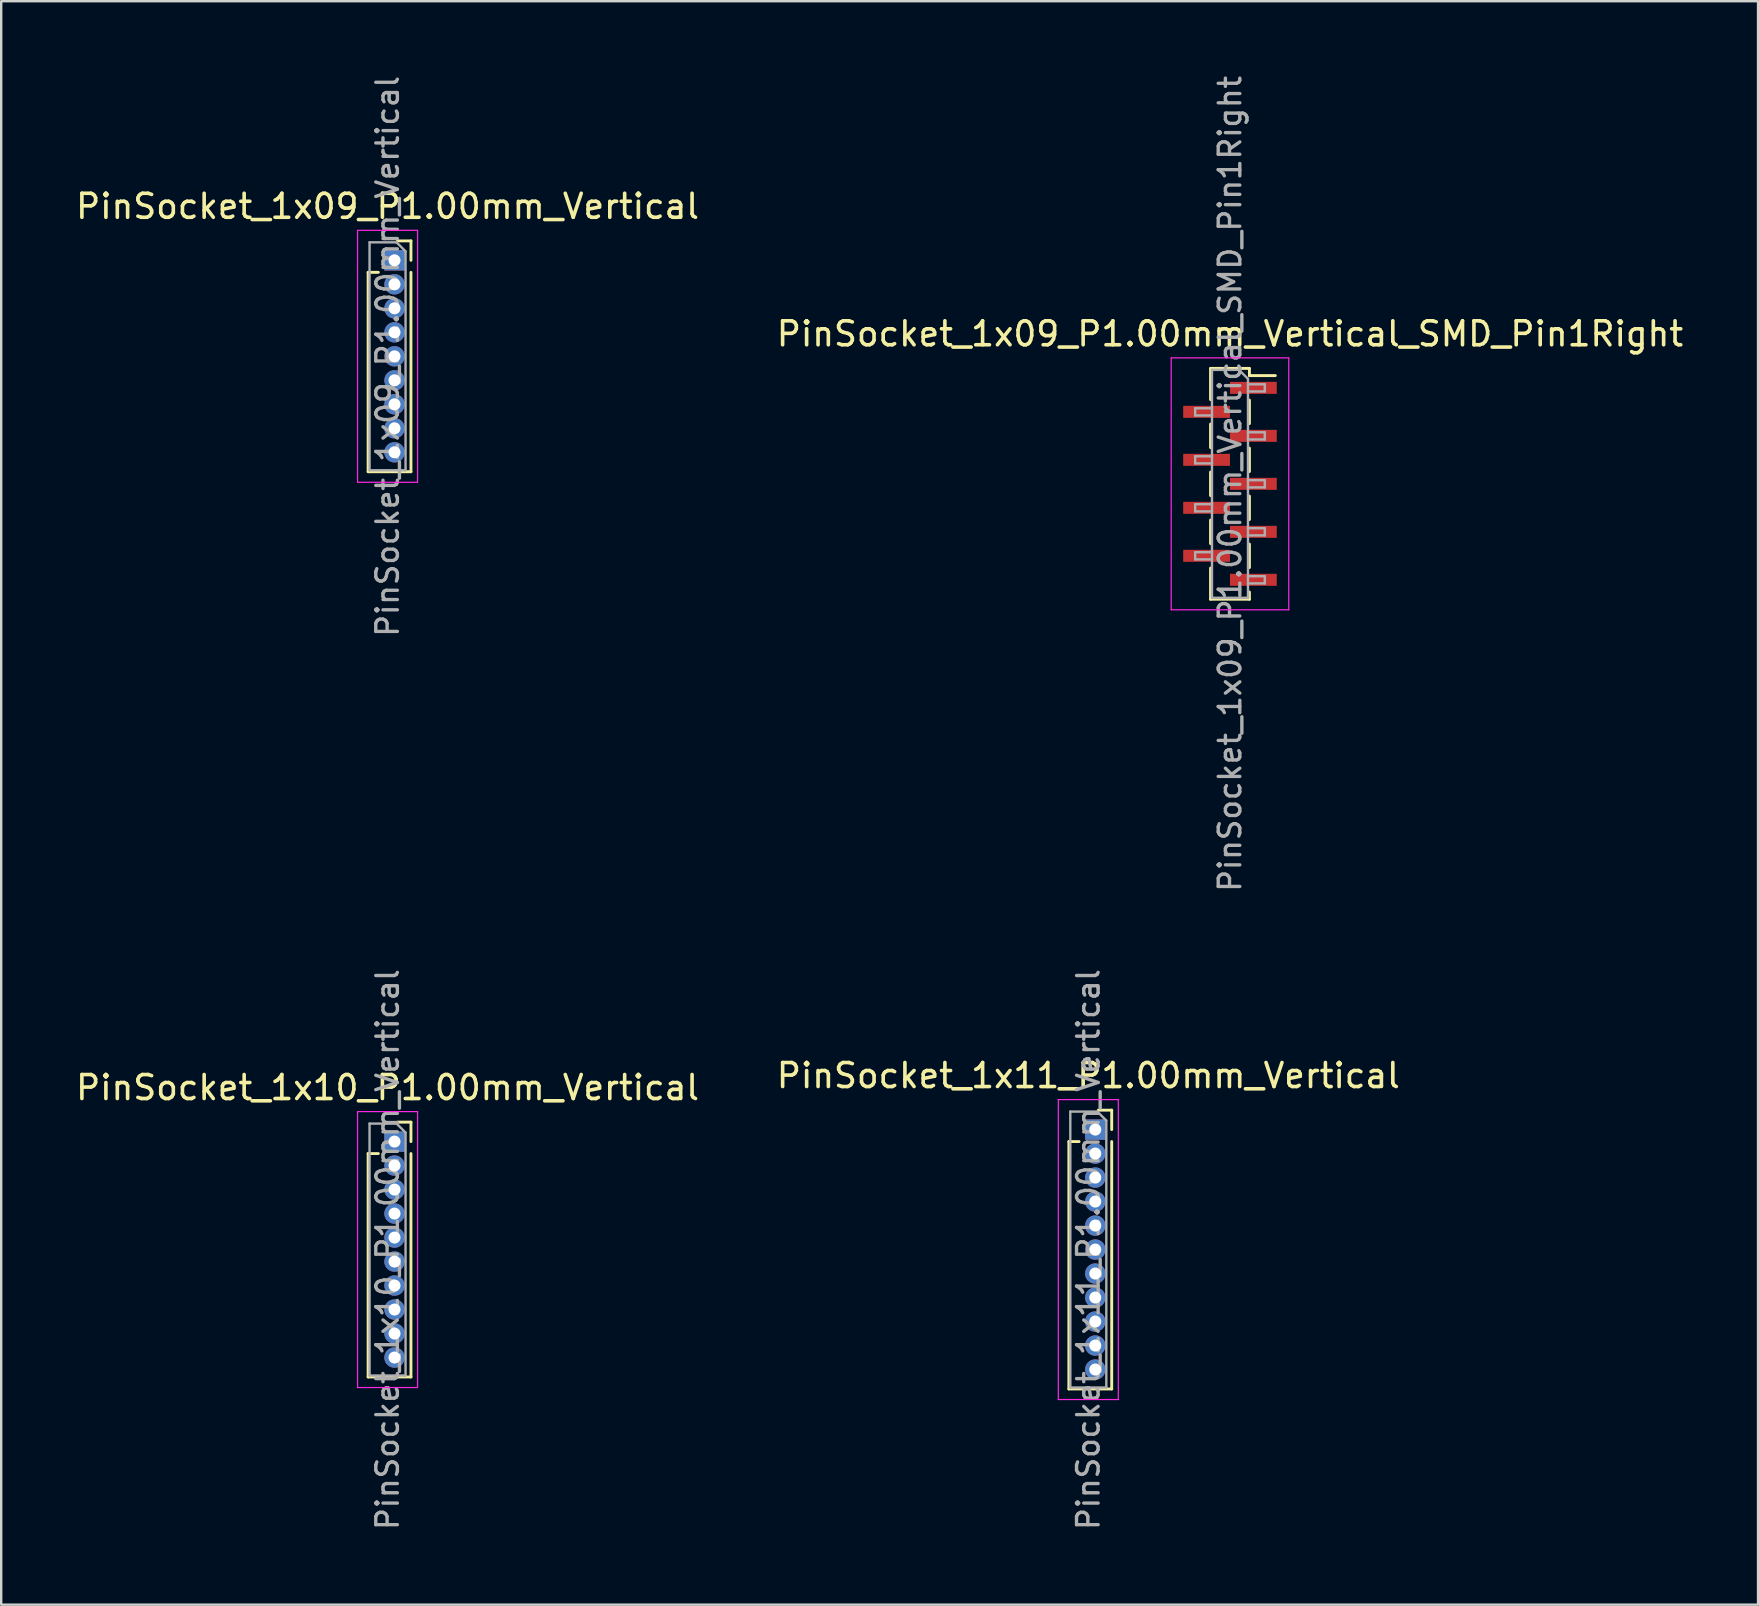
<source format=kicad_pcb>
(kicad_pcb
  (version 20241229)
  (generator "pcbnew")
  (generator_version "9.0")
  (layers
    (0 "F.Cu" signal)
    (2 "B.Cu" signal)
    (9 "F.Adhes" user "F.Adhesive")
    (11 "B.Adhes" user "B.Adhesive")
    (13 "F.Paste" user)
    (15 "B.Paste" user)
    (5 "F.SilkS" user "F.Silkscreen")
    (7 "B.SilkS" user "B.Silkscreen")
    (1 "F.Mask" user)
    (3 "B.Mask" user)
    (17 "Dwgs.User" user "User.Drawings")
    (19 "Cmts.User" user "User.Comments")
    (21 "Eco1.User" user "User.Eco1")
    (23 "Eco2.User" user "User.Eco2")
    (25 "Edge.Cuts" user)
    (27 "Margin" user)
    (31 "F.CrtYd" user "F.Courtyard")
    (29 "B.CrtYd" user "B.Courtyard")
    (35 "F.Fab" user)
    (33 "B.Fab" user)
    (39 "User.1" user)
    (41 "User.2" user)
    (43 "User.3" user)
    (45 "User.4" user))
  (footprint "PinSocket_1x10_P1.00mm_Vertical"
    (layer "F.Cu")
    (at 13.391 44.524)
    (property "Reference" "PinSocket_1x10_P1.00mm_Vertical" (at -0.29 -2.25 0) (layer "F.SilkS") (effects (font (size 1 1) (thickness 0.15))))
    (attr through_hole)
    (fp_line (start -1.1 0.5) (end -1.1 9.81) (stroke (width 0.12) (type solid)) (layer "F.SilkS"))
    (fp_line (start -1.1 0.5) (end -0.674 0.5) (stroke (width 0.12) (type solid)) (layer "F.SilkS"))
    (fp_line (start -1.1 9.81) (end 0.685 9.81) (stroke (width 0.12) (type solid)) (layer "F.SilkS"))
    (fp_line (start 0.125 -0.81) (end 0.685 -0.81) (stroke (width 0.12) (type solid)) (layer "F.SilkS"))
    (fp_line (start 0.685 -0.81) (end 0.685 0) (stroke (width 0.12) (type solid)) (layer "F.SilkS"))
    (fp_line (start 0.685 0.5) (end 0.685 9.81) (stroke (width 0.12) (type solid)) (layer "F.SilkS"))
    (fp_line (start -1.54 -1.25) (end 0.96 -1.25) (stroke (width 0.05) (type solid)) (layer "F.CrtYd"))
    (fp_line (start -1.54 10.25) (end -1.54 -1.25) (stroke (width 0.05) (type solid)) (layer "F.CrtYd"))
    (fp_line (start 0.96 -1.25) (end 0.96 10.25) (stroke (width 0.05) (type solid)) (layer "F.CrtYd"))
    (fp_line (start 0.96 10.25) (end -1.54 10.25) (stroke (width 0.05) (type solid)) (layer "F.CrtYd"))
    (fp_line (start -1.04 -0.75) (end 0.085 -0.75) (stroke (width 0.1) (type solid)) (layer "F.Fab"))
    (fp_line (start -1.04 9.75) (end -1.04 -0.75) (stroke (width 0.1) (type solid)) (layer "F.Fab"))
    (fp_line (start 0.085 -0.75) (end 0.46 -0.375) (stroke (width 0.1) (type solid)) (layer "F.Fab"))
    (fp_line (start 0.46 -0.375) (end 0.46 9.75) (stroke (width 0.1) (type solid)) (layer "F.Fab"))
    (fp_line (start 0.46 9.75) (end -1.04 9.75) (stroke (width 0.1) (type solid)) (layer "F.Fab"))
    (fp_text user "${REFERENCE}" (at -0.29 4.5 90) (layer "F.Fab") (effects (font (size 0.9 0.9) (thickness 0.14))))
    (pad "1" thru_hole rect (at 0 0) (size 0.85 0.85) (drill 0.5) (layers "*.Cu" "*.Mask"))
    (pad "2" thru_hole oval (at 0 1) (size 0.85 0.85) (drill 0.5) (layers "*.Cu" "*.Mask"))
    (pad "3" thru_hole oval (at 0 2) (size 0.85 0.85) (drill 0.5) (layers "*.Cu" "*.Mask"))
    (pad "4" thru_hole oval (at 0 3) (size 0.85 0.85) (drill 0.5) (layers "*.Cu" "*.Mask"))
    (pad "5" thru_hole oval (at 0 4) (size 0.85 0.85) (drill 0.5) (layers "*.Cu" "*.Mask"))
    (pad "6" thru_hole oval (at 0 5) (size 0.85 0.85) (drill 0.5) (layers "*.Cu" "*.Mask"))
    (pad "7" thru_hole oval (at 0 6) (size 0.85 0.85) (drill 0.5) (layers "*.Cu" "*.Mask"))
    (pad "8" thru_hole oval (at 0 7) (size 0.85 0.85) (drill 0.5) (layers "*.Cu" "*.Mask"))
    (pad "9" thru_hole oval (at 0 8) (size 0.85 0.85) (drill 0.5) (layers "*.Cu" "*.Mask"))
    (pad "10" thru_hole oval (at 0 9) (size 0.85 0.85) (drill 0.5) (layers "*.Cu" "*.Mask")))
  (footprint "PinSocket_1x09_P1.00mm_Vertical"
    (layer "F.Cu")
    (at 13.391 7.799)
    (property "Reference" "PinSocket_1x09_P1.00mm_Vertical" (at -0.29 -2.25 0) (layer "F.SilkS") (effects (font (size 1 1) (thickness 0.15))))
    (attr through_hole)
    (fp_line (start -1.1 0.5) (end -1.1 8.81) (stroke (width 0.12) (type solid)) (layer "F.SilkS"))
    (fp_line (start -1.1 0.5) (end -0.674 0.5) (stroke (width 0.12) (type solid)) (layer "F.SilkS"))
    (fp_line (start -1.1 8.81) (end 0.685 8.81) (stroke (width 0.12) (type solid)) (layer "F.SilkS"))
    (fp_line (start 0.125 -0.81) (end 0.685 -0.81) (stroke (width 0.12) (type solid)) (layer "F.SilkS"))
    (fp_line (start 0.685 -0.81) (end 0.685 0) (stroke (width 0.12) (type solid)) (layer "F.SilkS"))
    (fp_line (start 0.685 0.5) (end 0.685 8.81) (stroke (width 0.12) (type solid)) (layer "F.SilkS"))
    (fp_line (start -1.54 -1.25) (end 0.96 -1.25) (stroke (width 0.05) (type solid)) (layer "F.CrtYd"))
    (fp_line (start -1.54 9.25) (end -1.54 -1.25) (stroke (width 0.05) (type solid)) (layer "F.CrtYd"))
    (fp_line (start 0.96 -1.25) (end 0.96 9.25) (stroke (width 0.05) (type solid)) (layer "F.CrtYd"))
    (fp_line (start 0.96 9.25) (end -1.54 9.25) (stroke (width 0.05) (type solid)) (layer "F.CrtYd"))
    (fp_line (start -1.04 -0.75) (end 0.085 -0.75) (stroke (width 0.1) (type solid)) (layer "F.Fab"))
    (fp_line (start -1.04 8.75) (end -1.04 -0.75) (stroke (width 0.1) (type solid)) (layer "F.Fab"))
    (fp_line (start 0.085 -0.75) (end 0.46 -0.375) (stroke (width 0.1) (type solid)) (layer "F.Fab"))
    (fp_line (start 0.46 -0.375) (end 0.46 8.75) (stroke (width 0.1) (type solid)) (layer "F.Fab"))
    (fp_line (start 0.46 8.75) (end -1.04 8.75) (stroke (width 0.1) (type solid)) (layer "F.Fab"))
    (fp_text user "${REFERENCE}" (at -0.29 4 90) (layer "F.Fab") (effects (font (size 0.9 0.9) (thickness 0.14))))
    (pad "1" thru_hole rect (at 0 0) (size 0.85 0.85) (drill 0.5) (layers "*.Cu" "*.Mask"))
    (pad "2" thru_hole oval (at 0 1) (size 0.85 0.85) (drill 0.5) (layers "*.Cu" "*.Mask"))
    (pad "3" thru_hole oval (at 0 2) (size 0.85 0.85) (drill 0.5) (layers "*.Cu" "*.Mask"))
    (pad "4" thru_hole oval (at 0 3) (size 0.85 0.85) (drill 0.5) (layers "*.Cu" "*.Mask"))
    (pad "5" thru_hole oval (at 0 4) (size 0.85 0.85) (drill 0.5) (layers "*.Cu" "*.Mask"))
    (pad "6" thru_hole oval (at 0 5) (size 0.85 0.85) (drill 0.5) (layers "*.Cu" "*.Mask"))
    (pad "7" thru_hole oval (at 0 6) (size 0.85 0.85) (drill 0.5) (layers "*.Cu" "*.Mask"))
    (pad "8" thru_hole oval (at 0 7) (size 0.85 0.85) (drill 0.5) (layers "*.Cu" "*.Mask"))
    (pad "9" thru_hole oval (at 0 8) (size 0.85 0.85) (drill 0.5) (layers "*.Cu" "*.Mask")))
  (footprint "PinSocket_1x09_P1.00mm_Vertical_SMD_Pin1Right"
    (layer "F.Cu")
    (at 48.208 17.113)
    (property "Reference" "PinSocket_1x09_P1.00mm_Vertical_SMD_Pin1Right" (at 0 -6.25 0) (layer "F.SilkS") (effects (font (size 1 1) (thickness 0.15))))
    (attr smd)
    (fp_line (start -0.81 -4.81) (end -0.81 -3.51) (stroke (width 0.12) (type solid)) (layer "F.SilkS"))
    (fp_line (start -0.81 -4.81) (end 0.81 -4.81) (stroke (width 0.12) (type solid)) (layer "F.SilkS"))
    (fp_line (start -0.81 -2.49) (end -0.81 -1.51) (stroke (width 0.12) (type solid)) (layer "F.SilkS"))
    (fp_line (start -0.81 -0.49) (end -0.81 0.49) (stroke (width 0.12) (type solid)) (layer "F.SilkS"))
    (fp_line (start -0.81 1.51) (end -0.81 2.49) (stroke (width 0.12) (type solid)) (layer "F.SilkS"))
    (fp_line (start -0.81 3.51) (end -0.81 4.81) (stroke (width 0.12) (type solid)) (layer "F.SilkS"))
    (fp_line (start -0.81 4.81) (end 0.81 4.81) (stroke (width 0.12) (type solid)) (layer "F.SilkS"))
    (fp_line (start 0.81 -4.81) (end 0.81 -4.51) (stroke (width 0.12) (type solid)) (layer "F.SilkS"))
    (fp_line (start 0.81 -4.51) (end 1.89 -4.51) (stroke (width 0.12) (type solid)) (layer "F.SilkS"))
    (fp_line (start 0.81 -3.49) (end 0.81 -2.51) (stroke (width 0.12) (type solid)) (layer "F.SilkS"))
    (fp_line (start 0.81 -1.49) (end 0.81 -0.51) (stroke (width 0.12) (type solid)) (layer "F.SilkS"))
    (fp_line (start 0.81 0.51) (end 0.81 1.49) (stroke (width 0.12) (type solid)) (layer "F.SilkS"))
    (fp_line (start 0.81 2.51) (end 0.81 3.49) (stroke (width 0.12) (type solid)) (layer "F.SilkS"))
    (fp_line (start 0.81 4.51) (end 0.81 4.81) (stroke (width 0.12) (type solid)) (layer "F.SilkS"))
    (fp_line (start -2.45 -5.25) (end 2.45 -5.25) (stroke (width 0.05) (type solid)) (layer "F.CrtYd"))
    (fp_line (start -2.45 5.25) (end -2.45 -5.25) (stroke (width 0.05) (type solid)) (layer "F.CrtYd"))
    (fp_line (start 2.45 -5.25) (end 2.45 5.25) (stroke (width 0.05) (type solid)) (layer "F.CrtYd"))
    (fp_line (start 2.45 5.25) (end -2.45 5.25) (stroke (width 0.05) (type solid)) (layer "F.CrtYd"))
    (fp_line (start -1.45 -3.15) (end -0.75 -3.15) (stroke (width 0.1) (type solid)) (layer "F.Fab"))
    (fp_line (start -1.45 -2.85) (end -1.45 -3.15) (stroke (width 0.1) (type solid)) (layer "F.Fab"))
    (fp_line (start -1.45 -1.15) (end -0.75 -1.15) (stroke (width 0.1) (type solid)) (layer "F.Fab"))
    (fp_line (start -1.45 -0.85) (end -1.45 -1.15) (stroke (width 0.1) (type solid)) (layer "F.Fab"))
    (fp_line (start -1.45 0.85) (end -0.75 0.85) (stroke (width 0.1) (type solid)) (layer "F.Fab"))
    (fp_line (start -1.45 1.15) (end -1.45 0.85) (stroke (width 0.1) (type solid)) (layer "F.Fab"))
    (fp_line (start -1.45 2.85) (end -0.75 2.85) (stroke (width 0.1) (type solid)) (layer "F.Fab"))
    (fp_line (start -1.45 3.15) (end -1.45 2.85) (stroke (width 0.1) (type solid)) (layer "F.Fab"))
    (fp_line (start -0.75 -4.75) (end 0.375 -4.75) (stroke (width 0.1) (type solid)) (layer "F.Fab"))
    (fp_line (start -0.75 -2.85) (end -1.45 -2.85) (stroke (width 0.1) (type solid)) (layer "F.Fab"))
    (fp_line (start -0.75 -0.85) (end -1.45 -0.85) (stroke (width 0.1) (type solid)) (layer "F.Fab"))
    (fp_line (start -0.75 1.15) (end -1.45 1.15) (stroke (width 0.1) (type solid)) (layer "F.Fab"))
    (fp_line (start -0.75 3.15) (end -1.45 3.15) (stroke (width 0.1) (type solid)) (layer "F.Fab"))
    (fp_line (start -0.75 4.75) (end -0.75 -4.75) (stroke (width 0.1) (type solid)) (layer "F.Fab"))
    (fp_line (start 0.375 -4.75) (end 0.75 -4.375) (stroke (width 0.1) (type solid)) (layer "F.Fab"))
    (fp_line (start 0.75 -4.375) (end 0.75 4.75) (stroke (width 0.1) (type solid)) (layer "F.Fab"))
    (fp_line (start 0.75 -4.15) (end 1.45 -4.15) (stroke (width 0.1) (type solid)) (layer "F.Fab"))
    (fp_line (start 0.75 -2.15) (end 1.45 -2.15) (stroke (width 0.1) (type solid)) (layer "F.Fab"))
    (fp_line (start 0.75 -0.15) (end 1.45 -0.15) (stroke (width 0.1) (type solid)) (layer "F.Fab"))
    (fp_line (start 0.75 1.85) (end 1.45 1.85) (stroke (width 0.1) (type solid)) (layer "F.Fab"))
    (fp_line (start 0.75 3.85) (end 1.45 3.85) (stroke (width 0.1) (type solid)) (layer "F.Fab"))
    (fp_line (start 0.75 4.75) (end -0.75 4.75) (stroke (width 0.1) (type solid)) (layer "F.Fab"))
    (fp_line (start 1.45 -4.15) (end 1.45 -3.85) (stroke (width 0.1) (type solid)) (layer "F.Fab"))
    (fp_line (start 1.45 -3.85) (end 0.75 -3.85) (stroke (width 0.1) (type solid)) (layer "F.Fab"))
    (fp_line (start 1.45 -2.15) (end 1.45 -1.85) (stroke (width 0.1) (type solid)) (layer "F.Fab"))
    (fp_line (start 1.45 -1.85) (end 0.75 -1.85) (stroke (width 0.1) (type solid)) (layer "F.Fab"))
    (fp_line (start 1.45 -0.15) (end 1.45 0.15) (stroke (width 0.1) (type solid)) (layer "F.Fab"))
    (fp_line (start 1.45 0.15) (end 0.75 0.15) (stroke (width 0.1) (type solid)) (layer "F.Fab"))
    (fp_line (start 1.45 1.85) (end 1.45 2.15) (stroke (width 0.1) (type solid)) (layer "F.Fab"))
    (fp_line (start 1.45 2.15) (end 0.75 2.15) (stroke (width 0.1) (type solid)) (layer "F.Fab"))
    (fp_line (start 1.45 3.85) (end 1.45 4.15) (stroke (width 0.1) (type solid)) (layer "F.Fab"))
    (fp_line (start 1.45 4.15) (end 0.75 4.15) (stroke (width 0.1) (type solid)) (layer "F.Fab"))
    (fp_text user "${REFERENCE}" (at 0 0 90) (layer "F.Fab") (effects (font (size 0.9 0.9) (thickness 0.14))))
    (pad "1" smd rect (at 0.975 -4) (size 1.95 0.5) (layers "F.Cu" "F.Mask" "F.Paste"))
    (pad "2" smd rect (at -0.975 -3) (size 1.95 0.5) (layers "F.Cu" "F.Mask" "F.Paste"))
    (pad "3" smd rect (at 0.975 -2) (size 1.95 0.5) (layers "F.Cu" "F.Mask" "F.Paste"))
    (pad "4" smd rect (at -0.975 -1) (size 1.95 0.5) (layers "F.Cu" "F.Mask" "F.Paste"))
    (pad "5" smd rect (at 0.975 0) (size 1.95 0.5) (layers "F.Cu" "F.Mask" "F.Paste"))
    (pad "6" smd rect (at -0.975 1) (size 1.95 0.5) (layers "F.Cu" "F.Mask" "F.Paste"))
    (pad "7" smd rect (at 0.975 2) (size 1.95 0.5) (layers "F.Cu" "F.Mask" "F.Paste"))
    (pad "8" smd rect (at -0.975 3) (size 1.95 0.5) (layers "F.Cu" "F.Mask" "F.Paste"))
    (pad "9" smd rect (at 0.975 4) (size 1.95 0.5) (layers "F.Cu" "F.Mask" "F.Paste")))
  (footprint "PinSocket_1x11_P1.00mm_Vertical"
    (layer "F.Cu")
    (at 42.594 44.024)
    (property "Reference" "PinSocket_1x11_P1.00mm_Vertical" (at -0.29 -2.25 0) (layer "F.SilkS") (effects (font (size 1 1) (thickness 0.15))))
    (attr through_hole)
    (fp_line (start -1.1 0.5) (end -1.1 10.81) (stroke (width 0.12) (type solid)) (layer "F.SilkS"))
    (fp_line (start -1.1 0.5) (end -0.674 0.5) (stroke (width 0.12) (type solid)) (layer "F.SilkS"))
    (fp_line (start -1.1 10.81) (end 0.685 10.81) (stroke (width 0.12) (type solid)) (layer "F.SilkS"))
    (fp_line (start 0.125 -0.81) (end 0.685 -0.81) (stroke (width 0.12) (type solid)) (layer "F.SilkS"))
    (fp_line (start 0.685 -0.81) (end 0.685 0) (stroke (width 0.12) (type solid)) (layer "F.SilkS"))
    (fp_line (start 0.685 0.5) (end 0.685 10.81) (stroke (width 0.12) (type solid)) (layer "F.SilkS"))
    (fp_line (start -1.54 -1.25) (end 0.96 -1.25) (stroke (width 0.05) (type solid)) (layer "F.CrtYd"))
    (fp_line (start -1.54 11.25) (end -1.54 -1.25) (stroke (width 0.05) (type solid)) (layer "F.CrtYd"))
    (fp_line (start 0.96 -1.25) (end 0.96 11.25) (stroke (width 0.05) (type solid)) (layer "F.CrtYd"))
    (fp_line (start 0.96 11.25) (end -1.54 11.25) (stroke (width 0.05) (type solid)) (layer "F.CrtYd"))
    (fp_line (start -1.04 -0.75) (end 0.085 -0.75) (stroke (width 0.1) (type solid)) (layer "F.Fab"))
    (fp_line (start -1.04 10.75) (end -1.04 -0.75) (stroke (width 0.1) (type solid)) (layer "F.Fab"))
    (fp_line (start 0.085 -0.75) (end 0.46 -0.375) (stroke (width 0.1) (type solid)) (layer "F.Fab"))
    (fp_line (start 0.46 -0.375) (end 0.46 10.75) (stroke (width 0.1) (type solid)) (layer "F.Fab"))
    (fp_line (start 0.46 10.75) (end -1.04 10.75) (stroke (width 0.1) (type solid)) (layer "F.Fab"))
    (fp_text user "${REFERENCE}" (at -0.29 5 90) (layer "F.Fab") (effects (font (size 0.9 0.9) (thickness 0.14))))
    (pad "1" thru_hole rect (at 0 0) (size 0.85 0.85) (drill 0.5) (layers "*.Cu" "*.Mask"))
    (pad "2" thru_hole oval (at 0 1) (size 0.85 0.85) (drill 0.5) (layers "*.Cu" "*.Mask"))
    (pad "3" thru_hole oval (at 0 2) (size 0.85 0.85) (drill 0.5) (layers "*.Cu" "*.Mask"))
    (pad "4" thru_hole oval (at 0 3) (size 0.85 0.85) (drill 0.5) (layers "*.Cu" "*.Mask"))
    (pad "5" thru_hole oval (at 0 4) (size 0.85 0.85) (drill 0.5) (layers "*.Cu" "*.Mask"))
    (pad "6" thru_hole oval (at 0 5) (size 0.85 0.85) (drill 0.5) (layers "*.Cu" "*.Mask"))
    (pad "7" thru_hole oval (at 0 6) (size 0.85 0.85) (drill 0.5) (layers "*.Cu" "*.Mask"))
    (pad "8" thru_hole oval (at 0 7) (size 0.85 0.85) (drill 0.5) (layers "*.Cu" "*.Mask"))
    (pad "9" thru_hole oval (at 0 8) (size 0.85 0.85) (drill 0.5) (layers "*.Cu" "*.Mask"))
    (pad "10" thru_hole oval (at 0 9) (size 0.85 0.85) (drill 0.5) (layers "*.Cu" "*.Mask"))
    (pad "11" thru_hole oval (at 0 10) (size 0.85 0.85) (drill 0.5) (layers "*.Cu" "*.Mask")))
  (gr_rect
    (start -3 -3)
    (end 70.214 63.823)
    (stroke (width 0.1) (type default))
    (fill no)
    (layer "Edge.Cuts")))
</source>
